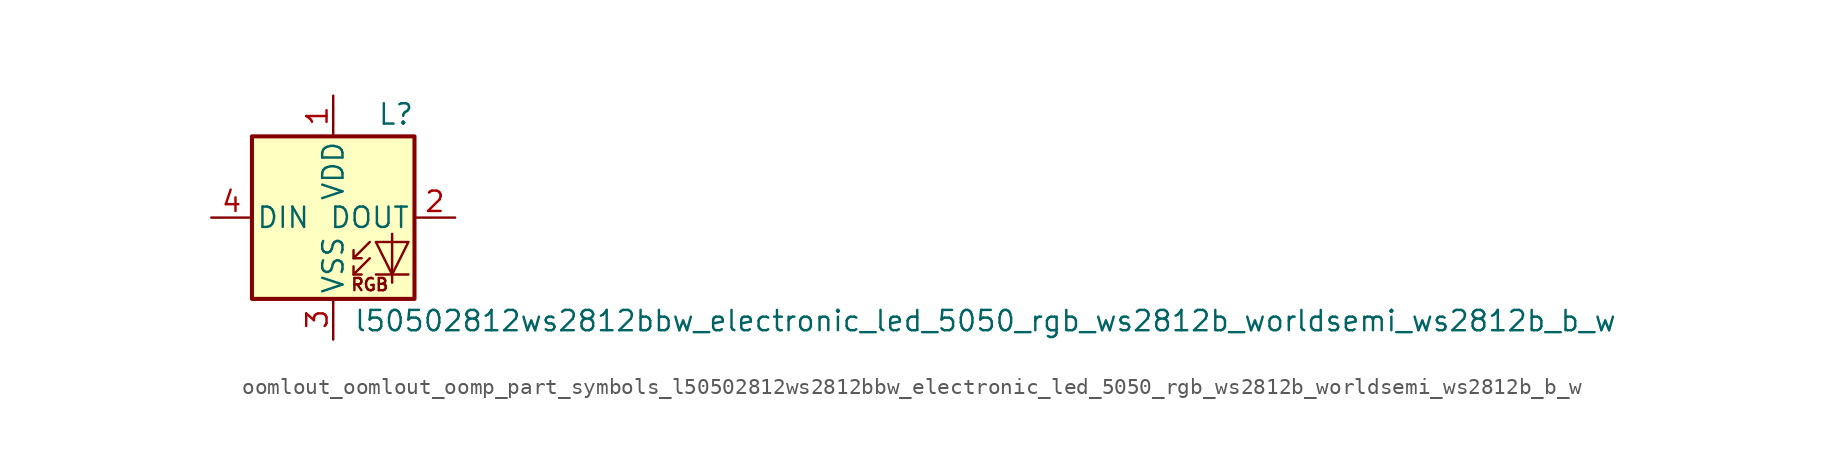
<source format=kicad_sym>
(kicad_symbol_lib
  (version 20220914)
  (generator kicad_symbol_editor)
  (symbol "oomlout_oomlout_oomp_part_symbols_l50502812ws2812bbw_electronic_led_5050_rgb_ws2812b_worldsemi_ws2812b_b_w"
    (pin_names
      (offset 0.254))
    (property "Reference" "L"
      (at 5.08 5.715 0)
      (effects (font (size 1.27 1.27)) (justify right bottom)))
    (property "Value" "l50502812ws2812bbw_electronic_led_5050_rgb_ws2812b_worldsemi_ws2812b_b_w"
      (at 1.27 -5.715 0)
      (effects (font (size 1.27 1.27)) (justify left top)))
    (symbol "oomlout_oomlout_oomp_part_symbols_l50502812ws2812bbw_electronic_led_5050_rgb_ws2812b_worldsemi_ws2812b_b_w_0_0"
      (text "RGB" (at 2.286 -4.191 0) (effects (font (size 0.762 0.762)))))
    (symbol "oomlout_oomlout_oomp_part_symbols_l50502812ws2812bbw_electronic_led_5050_rgb_ws2812b_worldsemi_ws2812b_b_w_0_1"
      (polyline (pts (xy 1.27 -3.556) (xy 1.778 -3.556)) (stroke (width 0) (type default)) (fill (type none)))
      (polyline (pts (xy 1.27 -2.54) (xy 1.778 -2.54)) (stroke (width 0) (type default)) (fill (type none)))
      (polyline (pts (xy 4.699 -3.556) (xy 2.667 -3.556)) (stroke (width 0) (type default)) (fill (type none)))
      (polyline (pts (xy 2.286 -2.54) (xy 1.27 -3.556) (xy 1.27 -3.048)) (stroke (width 0) (type default)) (fill (type none)))
      (polyline (pts (xy 2.286 -1.524) (xy 1.27 -2.54) (xy 1.27 -2.032)) (stroke (width 0) (type default)) (fill (type none)))
      (polyline (pts (xy 3.683 -1.016) (xy 3.683 -3.556) (xy 3.683 -4.064)) (stroke (width 0) (type default)) (fill (type none)))
      (polyline (pts (xy 4.699 -1.524) (xy 2.667 -1.524) (xy 3.683 -3.556) (xy 4.699 -1.524)) (stroke (width 0) (type default)) (fill (type none)))
      (rectangle (start 5.08 5.08) (end -5.08 -5.08) (stroke (width 0.254) (type default)) (fill (type background))))
    (symbol "oomlout_oomlout_oomp_part_symbols_l50502812ws2812bbw_electronic_led_5050_rgb_ws2812b_worldsemi_ws2812b_b_w_1_1"
      (pin power_in line (at 0 7.62 270) (length 2.54) (name "VDD" (effects (font (size 1.27 1.27)))) (number "1" (effects (font (size 1.27 1.27)))))
      (pin output line (at 7.62 0 180) (length 2.54) (name "DOUT" (effects (font (size 1.27 1.27)))) (number "2" (effects (font (size 1.27 1.27)))))
      (pin power_in line (at 0 -7.62 90) (length 2.54) (name "VSS" (effects (font (size 1.27 1.27)))) (number "3" (effects (font (size 1.27 1.27)))))
      (pin input line (at -7.62 0 0) (length 2.54) (name "DIN" (effects (font (size 1.27 1.27)))) (number "4" (effects (font (size 1.27 1.27))))))))
</source>
